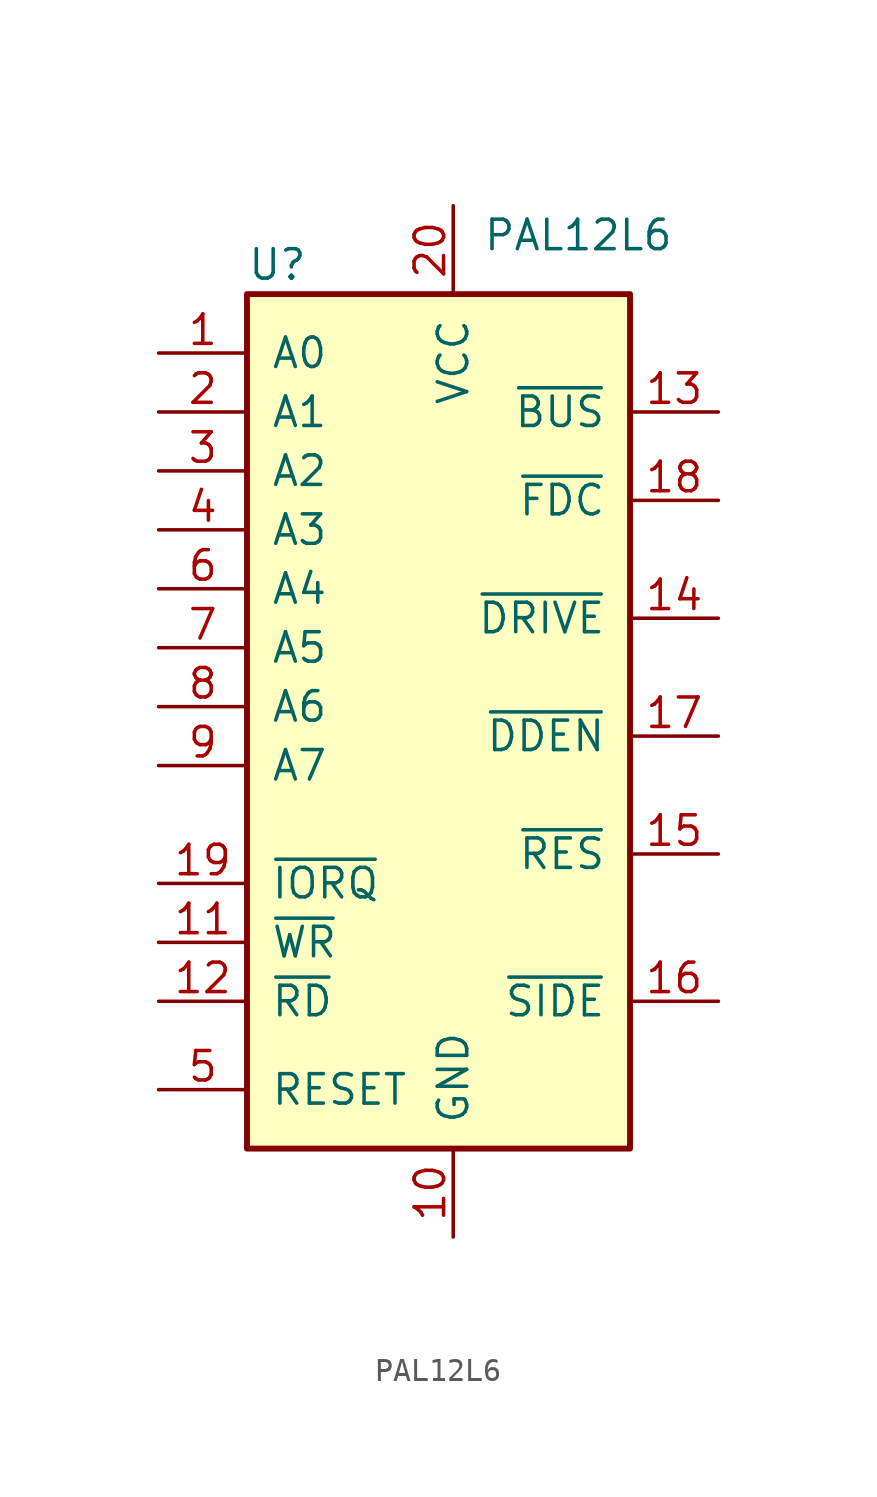
<source format=kicad_sym>
(kicad_symbol_lib
  (version 20211014)
  (generator kicad_symbol_editor)
  (symbol "PAL12L6"
    (pin_names
      (offset 1.016))
    (property "Reference" "U"
      (at -8.89 16.51 0)
      (effects (font (size 1.27 1.27)) (justify left)))
    (property "Value" "PAL12L6"
      (at 1.27 17.78 0)
      (effects (font (size 1.27 1.27)) (justify left)))
    (symbol "PAL12L6_0_0"
      (pin power_in line (at 0 -25.4 90) (length 3.81) (name "GND" (effects (font (size 1.27 1.27)))) (number "10" (effects (font (size 1.27 1.27)))))
      (pin power_in line (at 0 19.05 270) (length 3.81) (name "VCC" (effects (font (size 1.27 1.27)))) (number "20" (effects (font (size 1.27 1.27))))))
    (symbol "PAL12L6_0_1"
      (rectangle (start -8.89 15.24) (end 7.62 -21.59) (stroke (width 0.254) (type default) (color 0 0 0 0)) (fill (type background))))
    (symbol "PAL12L6_1_1"
      (pin input line (at -12.7 12.7 0) (length 3.81) (name "A0" (effects (font (size 1.27 1.27)))) (number "1" (effects (font (size 1.27 1.27)))))
      (pin input line (at -12.7 -12.7 0) (length 3.81) (name "~{WR}" (effects (font (size 1.27 1.27)))) (number "11" (effects (font (size 1.27 1.27)))))
      (pin input line (at -12.7 -15.24 0) (length 3.81) (name "~{RD}" (effects (font (size 1.27 1.27)))) (number "12" (effects (font (size 1.27 1.27)))))
      (pin output line (at 11.43 10.16 180) (length 3.81) (name "~{BUS}" (effects (font (size 1.27 1.27)))) (number "13" (effects (font (size 1.27 1.27)))))
      (pin output line (at 11.43 1.27 180) (length 3.81) (name "~{DRIVE}" (effects (font (size 1.27 1.27)))) (number "14" (effects (font (size 1.27 1.27)))))
      (pin output line (at 11.43 -8.89 180) (length 3.81) (name "~{RES}" (effects (font (size 1.27 1.27)))) (number "15" (effects (font (size 1.27 1.27)))))
      (pin output line (at 11.43 -15.24 180) (length 3.81) (name "~{SIDE}" (effects (font (size 1.27 1.27)))) (number "16" (effects (font (size 1.27 1.27)))))
      (pin output line (at 11.43 -3.81 180) (length 3.81) (name "~{DDEN}" (effects (font (size 1.27 1.27)))) (number "17" (effects (font (size 1.27 1.27)))))
      (pin output line (at 11.43 6.35 180) (length 3.81) (name "~{FDC}" (effects (font (size 1.27 1.27)))) (number "18" (effects (font (size 1.27 1.27)))))
      (pin input line (at -12.7 -10.16 0) (length 3.81) (name "~{IORQ}" (effects (font (size 1.27 1.27)))) (number "19" (effects (font (size 1.27 1.27)))))
      (pin input line (at -12.7 10.16 0) (length 3.81) (name "A1" (effects (font (size 1.27 1.27)))) (number "2" (effects (font (size 1.27 1.27)))))
      (pin input line (at -12.7 7.62 0) (length 3.81) (name "A2" (effects (font (size 1.27 1.27)))) (number "3" (effects (font (size 1.27 1.27)))))
      (pin input line (at -12.7 5.08 0) (length 3.81) (name "A3" (effects (font (size 1.27 1.27)))) (number "4" (effects (font (size 1.27 1.27)))))
      (pin input line (at -12.7 -19.05 0) (length 3.81) (name "RESET" (effects (font (size 1.27 1.27)))) (number "5" (effects (font (size 1.27 1.27)))))
      (pin input line (at -12.7 2.54 0) (length 3.81) (name "A4" (effects (font (size 1.27 1.27)))) (number "6" (effects (font (size 1.27 1.27)))))
      (pin input line (at -12.7 0 0) (length 3.81) (name "A5" (effects (font (size 1.27 1.27)))) (number "7" (effects (font (size 1.27 1.27)))))
      (pin input line (at -12.7 -2.54 0) (length 3.81) (name "A6" (effects (font (size 1.27 1.27)))) (number "8" (effects (font (size 1.27 1.27)))))
      (pin input line (at -12.7 -5.08 0) (length 3.81) (name "A7" (effects (font (size 1.27 1.27)))) (number "9" (effects (font (size 1.27 1.27))))))))
</source>
